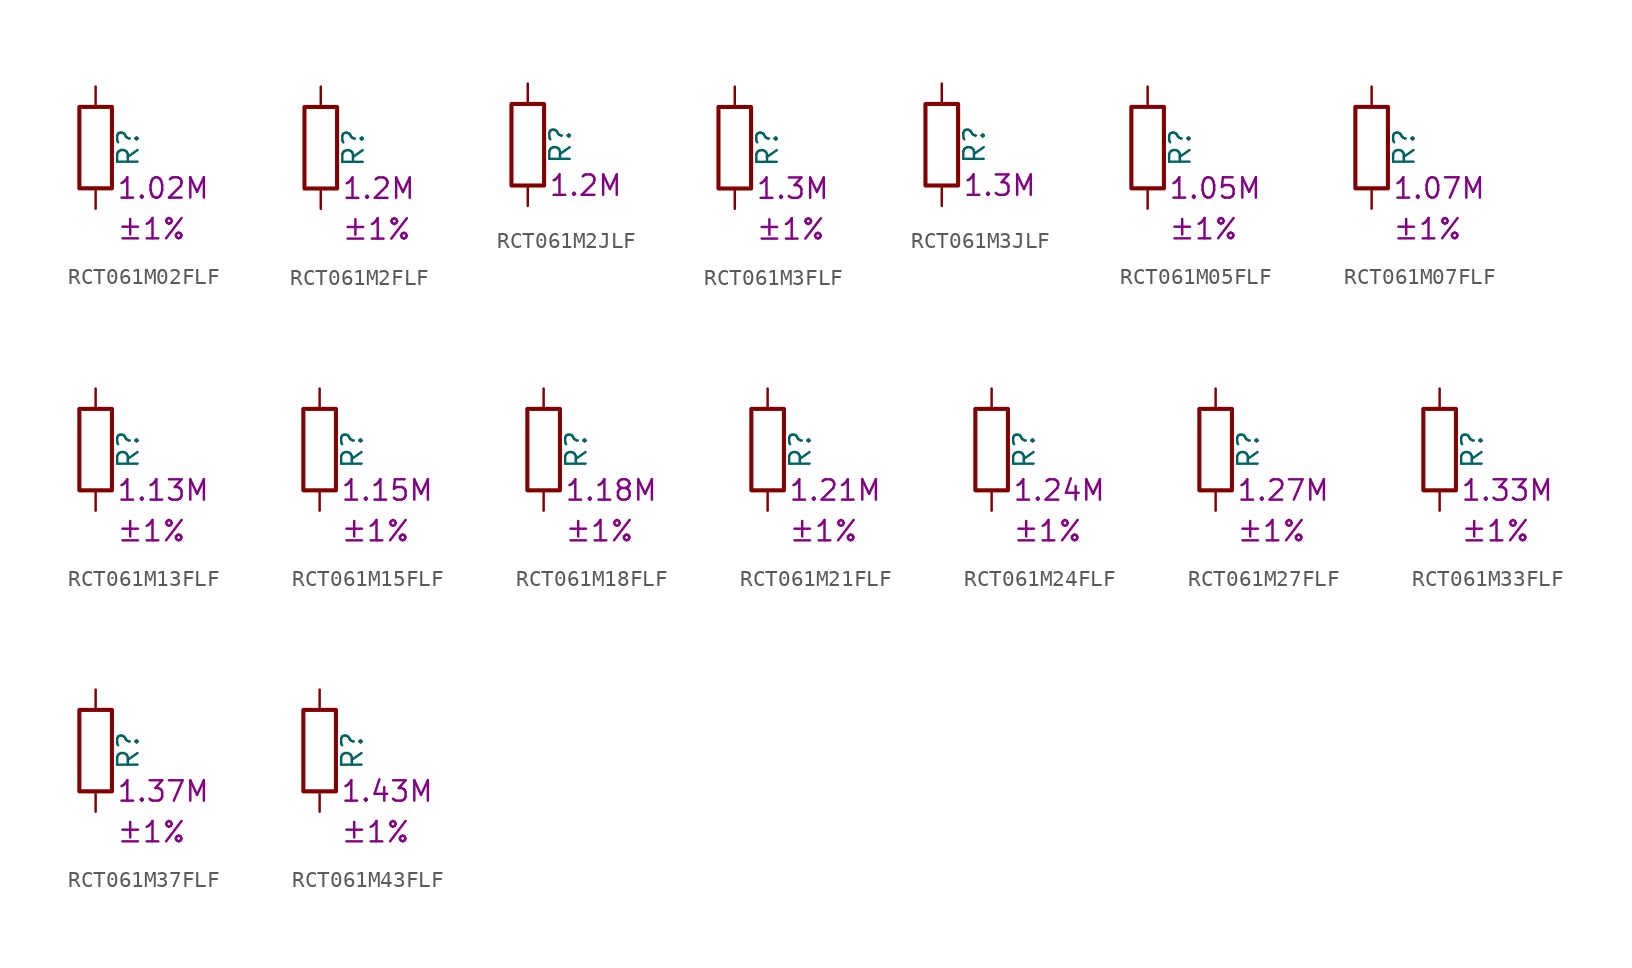
<source format=kicad_sym>
(kicad_symbol_lib
  (version 20220914)
  (generator kicad_symbol_editor)
  (symbol "RCT061M02FLF"
    (pin_numbers hide)
    (pin_names
      (offset 0))
    (property "Reference" "R"
      (at 2.032 0 90)
      (effects (font (size 1.27 1.27))))
    (property "Resistance" "1.02M"
      (at 1.27 -2.54 0)
      (effects (font (size 1.27 1.27)) (justify left)))
    (property "Tolerance" "±1%"
      (at 1.27 -5.08 0)
      (effects (font (size 1.27 1.27)) (justify left)))
    (symbol "RCT061M02FLF_0_1"
      (rectangle (start -1.016 -2.54) (end 1.016 2.54) (stroke (width 0.254) (type default)) (fill (type none))))
    (symbol "RCT061M02FLF_1_1"
      (pin passive line (at 0 3.81 270) (length 1.27) (name "~" (effects (font (size 1.27 1.27)))) (number "1" (effects (font (size 1.27 1.27)))))
      (pin passive line (at 0 -3.81 90) (length 1.27) (name "~" (effects (font (size 1.27 1.27)))) (number "2" (effects (font (size 1.27 1.27)))))))
  (symbol "RCT061M2FLF"
    (pin_numbers hide)
    (pin_names
      (offset 0))
    (property "Reference" "R"
      (at 2.032 0 90)
      (effects (font (size 1.27 1.27))))
    (property "Resistance" "1.2M"
      (at 1.27 -2.54 0)
      (effects (font (size 1.27 1.27)) (justify left)))
    (property "Tolerance" "±1%"
      (at 1.27 -5.08 0)
      (effects (font (size 1.27 1.27)) (justify left)))
    (symbol "RCT061M2FLF_0_1"
      (rectangle (start -1.016 -2.54) (end 1.016 2.54) (stroke (width 0.254) (type default)) (fill (type none))))
    (symbol "RCT061M2FLF_1_1"
      (pin passive line (at 0 3.81 270) (length 1.27) (name "~" (effects (font (size 1.27 1.27)))) (number "1" (effects (font (size 1.27 1.27)))))
      (pin passive line (at 0 -3.81 90) (length 1.27) (name "~" (effects (font (size 1.27 1.27)))) (number "2" (effects (font (size 1.27 1.27)))))))
  (symbol "RCT061M2JLF"
    (pin_numbers hide)
    (pin_names
      (offset 0))
    (property "Reference" "R"
      (at 2.032 0 90)
      (effects (font (size 1.27 1.27))))
    (property "Resistance" "1.2M"
      (at 1.27 -2.54 0)
      (effects (font (size 1.27 1.27)) (justify left)))
    (symbol "RCT061M2JLF_0_1"
      (rectangle (start -1.016 -2.54) (end 1.016 2.54) (stroke (width 0.254) (type default)) (fill (type none))))
    (symbol "RCT061M2JLF_1_1"
      (pin passive line (at 0 3.81 270) (length 1.27) (name "~" (effects (font (size 1.27 1.27)))) (number "1" (effects (font (size 1.27 1.27)))))
      (pin passive line (at 0 -3.81 90) (length 1.27) (name "~" (effects (font (size 1.27 1.27)))) (number "2" (effects (font (size 1.27 1.27)))))))
  (symbol "RCT061M3FLF"
    (pin_numbers hide)
    (pin_names
      (offset 0))
    (property "Reference" "R"
      (at 2.032 0 90)
      (effects (font (size 1.27 1.27))))
    (property "Resistance" "1.3M"
      (at 1.27 -2.54 0)
      (effects (font (size 1.27 1.27)) (justify left)))
    (property "Tolerance" "±1%"
      (at 1.27 -5.08 0)
      (effects (font (size 1.27 1.27)) (justify left)))
    (symbol "RCT061M3FLF_0_1"
      (rectangle (start -1.016 -2.54) (end 1.016 2.54) (stroke (width 0.254) (type default)) (fill (type none))))
    (symbol "RCT061M3FLF_1_1"
      (pin passive line (at 0 3.81 270) (length 1.27) (name "~" (effects (font (size 1.27 1.27)))) (number "1" (effects (font (size 1.27 1.27)))))
      (pin passive line (at 0 -3.81 90) (length 1.27) (name "~" (effects (font (size 1.27 1.27)))) (number "2" (effects (font (size 1.27 1.27)))))))
  (symbol "RCT061M3JLF"
    (pin_numbers hide)
    (pin_names
      (offset 0))
    (property "Reference" "R"
      (at 2.032 0 90)
      (effects (font (size 1.27 1.27))))
    (property "Resistance" "1.3M"
      (at 1.27 -2.54 0)
      (effects (font (size 1.27 1.27)) (justify left)))
    (symbol "RCT061M3JLF_0_1"
      (rectangle (start -1.016 -2.54) (end 1.016 2.54) (stroke (width 0.254) (type default)) (fill (type none))))
    (symbol "RCT061M3JLF_1_1"
      (pin passive line (at 0 3.81 270) (length 1.27) (name "~" (effects (font (size 1.27 1.27)))) (number "1" (effects (font (size 1.27 1.27)))))
      (pin passive line (at 0 -3.81 90) (length 1.27) (name "~" (effects (font (size 1.27 1.27)))) (number "2" (effects (font (size 1.27 1.27)))))))
  (symbol "RCT061M05FLF"
    (pin_numbers hide)
    (pin_names
      (offset 0))
    (property "Reference" "R"
      (at 2.032 0 90)
      (effects (font (size 1.27 1.27))))
    (property "Resistance" "1.05M"
      (at 1.27 -2.54 0)
      (effects (font (size 1.27 1.27)) (justify left)))
    (property "Tolerance" "±1%"
      (at 1.27 -5.08 0)
      (effects (font (size 1.27 1.27)) (justify left)))
    (symbol "RCT061M05FLF_0_1"
      (rectangle (start -1.016 -2.54) (end 1.016 2.54) (stroke (width 0.254) (type default)) (fill (type none))))
    (symbol "RCT061M05FLF_1_1"
      (pin passive line (at 0 3.81 270) (length 1.27) (name "~" (effects (font (size 1.27 1.27)))) (number "1" (effects (font (size 1.27 1.27)))))
      (pin passive line (at 0 -3.81 90) (length 1.27) (name "~" (effects (font (size 1.27 1.27)))) (number "2" (effects (font (size 1.27 1.27)))))))
  (symbol "RCT061M07FLF"
    (pin_numbers hide)
    (pin_names
      (offset 0))
    (property "Reference" "R"
      (at 2.032 0 90)
      (effects (font (size 1.27 1.27))))
    (property "Resistance" "1.07M"
      (at 1.27 -2.54 0)
      (effects (font (size 1.27 1.27)) (justify left)))
    (property "Tolerance" "±1%"
      (at 1.27 -5.08 0)
      (effects (font (size 1.27 1.27)) (justify left)))
    (symbol "RCT061M07FLF_0_1"
      (rectangle (start -1.016 -2.54) (end 1.016 2.54) (stroke (width 0.254) (type default)) (fill (type none))))
    (symbol "RCT061M07FLF_1_1"
      (pin passive line (at 0 3.81 270) (length 1.27) (name "~" (effects (font (size 1.27 1.27)))) (number "1" (effects (font (size 1.27 1.27)))))
      (pin passive line (at 0 -3.81 90) (length 1.27) (name "~" (effects (font (size 1.27 1.27)))) (number "2" (effects (font (size 1.27 1.27)))))))
  (symbol "RCT061M13FLF"
    (pin_numbers hide)
    (pin_names
      (offset 0))
    (property "Reference" "R"
      (at 2.032 0 90)
      (effects (font (size 1.27 1.27))))
    (property "Resistance" "1.13M"
      (at 1.27 -2.54 0)
      (effects (font (size 1.27 1.27)) (justify left)))
    (property "Tolerance" "±1%"
      (at 1.27 -5.08 0)
      (effects (font (size 1.27 1.27)) (justify left)))
    (symbol "RCT061M13FLF_0_1"
      (rectangle (start -1.016 -2.54) (end 1.016 2.54) (stroke (width 0.254) (type default)) (fill (type none))))
    (symbol "RCT061M13FLF_1_1"
      (pin passive line (at 0 3.81 270) (length 1.27) (name "~" (effects (font (size 1.27 1.27)))) (number "1" (effects (font (size 1.27 1.27)))))
      (pin passive line (at 0 -3.81 90) (length 1.27) (name "~" (effects (font (size 1.27 1.27)))) (number "2" (effects (font (size 1.27 1.27)))))))
  (symbol "RCT061M15FLF"
    (pin_numbers hide)
    (pin_names
      (offset 0))
    (property "Reference" "R"
      (at 2.032 0 90)
      (effects (font (size 1.27 1.27))))
    (property "Resistance" "1.15M"
      (at 1.27 -2.54 0)
      (effects (font (size 1.27 1.27)) (justify left)))
    (property "Tolerance" "±1%"
      (at 1.27 -5.08 0)
      (effects (font (size 1.27 1.27)) (justify left)))
    (symbol "RCT061M15FLF_0_1"
      (rectangle (start -1.016 -2.54) (end 1.016 2.54) (stroke (width 0.254) (type default)) (fill (type none))))
    (symbol "RCT061M15FLF_1_1"
      (pin passive line (at 0 3.81 270) (length 1.27) (name "~" (effects (font (size 1.27 1.27)))) (number "1" (effects (font (size 1.27 1.27)))))
      (pin passive line (at 0 -3.81 90) (length 1.27) (name "~" (effects (font (size 1.27 1.27)))) (number "2" (effects (font (size 1.27 1.27)))))))
  (symbol "RCT061M18FLF"
    (pin_numbers hide)
    (pin_names
      (offset 0))
    (property "Reference" "R"
      (at 2.032 0 90)
      (effects (font (size 1.27 1.27))))
    (property "Resistance" "1.18M"
      (at 1.27 -2.54 0)
      (effects (font (size 1.27 1.27)) (justify left)))
    (property "Tolerance" "±1%"
      (at 1.27 -5.08 0)
      (effects (font (size 1.27 1.27)) (justify left)))
    (symbol "RCT061M18FLF_0_1"
      (rectangle (start -1.016 -2.54) (end 1.016 2.54) (stroke (width 0.254) (type default)) (fill (type none))))
    (symbol "RCT061M18FLF_1_1"
      (pin passive line (at 0 3.81 270) (length 1.27) (name "~" (effects (font (size 1.27 1.27)))) (number "1" (effects (font (size 1.27 1.27)))))
      (pin passive line (at 0 -3.81 90) (length 1.27) (name "~" (effects (font (size 1.27 1.27)))) (number "2" (effects (font (size 1.27 1.27)))))))
  (symbol "RCT061M21FLF"
    (pin_numbers hide)
    (pin_names
      (offset 0))
    (property "Reference" "R"
      (at 2.032 0 90)
      (effects (font (size 1.27 1.27))))
    (property "Resistance" "1.21M"
      (at 1.27 -2.54 0)
      (effects (font (size 1.27 1.27)) (justify left)))
    (property "Tolerance" "±1%"
      (at 1.27 -5.08 0)
      (effects (font (size 1.27 1.27)) (justify left)))
    (symbol "RCT061M21FLF_0_1"
      (rectangle (start -1.016 -2.54) (end 1.016 2.54) (stroke (width 0.254) (type default)) (fill (type none))))
    (symbol "RCT061M21FLF_1_1"
      (pin passive line (at 0 3.81 270) (length 1.27) (name "~" (effects (font (size 1.27 1.27)))) (number "1" (effects (font (size 1.27 1.27)))))
      (pin passive line (at 0 -3.81 90) (length 1.27) (name "~" (effects (font (size 1.27 1.27)))) (number "2" (effects (font (size 1.27 1.27)))))))
  (symbol "RCT061M24FLF"
    (pin_numbers hide)
    (pin_names
      (offset 0))
    (property "Reference" "R"
      (at 2.032 0 90)
      (effects (font (size 1.27 1.27))))
    (property "Resistance" "1.24M"
      (at 1.27 -2.54 0)
      (effects (font (size 1.27 1.27)) (justify left)))
    (property "Tolerance" "±1%"
      (at 1.27 -5.08 0)
      (effects (font (size 1.27 1.27)) (justify left)))
    (symbol "RCT061M24FLF_0_1"
      (rectangle (start -1.016 -2.54) (end 1.016 2.54) (stroke (width 0.254) (type default)) (fill (type none))))
    (symbol "RCT061M24FLF_1_1"
      (pin passive line (at 0 3.81 270) (length 1.27) (name "~" (effects (font (size 1.27 1.27)))) (number "1" (effects (font (size 1.27 1.27)))))
      (pin passive line (at 0 -3.81 90) (length 1.27) (name "~" (effects (font (size 1.27 1.27)))) (number "2" (effects (font (size 1.27 1.27)))))))
  (symbol "RCT061M27FLF"
    (pin_numbers hide)
    (pin_names
      (offset 0))
    (property "Reference" "R"
      (at 2.032 0 90)
      (effects (font (size 1.27 1.27))))
    (property "Resistance" "1.27M"
      (at 1.27 -2.54 0)
      (effects (font (size 1.27 1.27)) (justify left)))
    (property "Tolerance" "±1%"
      (at 1.27 -5.08 0)
      (effects (font (size 1.27 1.27)) (justify left)))
    (symbol "RCT061M27FLF_0_1"
      (rectangle (start -1.016 -2.54) (end 1.016 2.54) (stroke (width 0.254) (type default)) (fill (type none))))
    (symbol "RCT061M27FLF_1_1"
      (pin passive line (at 0 3.81 270) (length 1.27) (name "~" (effects (font (size 1.27 1.27)))) (number "1" (effects (font (size 1.27 1.27)))))
      (pin passive line (at 0 -3.81 90) (length 1.27) (name "~" (effects (font (size 1.27 1.27)))) (number "2" (effects (font (size 1.27 1.27)))))))
  (symbol "RCT061M33FLF"
    (pin_numbers hide)
    (pin_names
      (offset 0))
    (property "Reference" "R"
      (at 2.032 0 90)
      (effects (font (size 1.27 1.27))))
    (property "Resistance" "1.33M"
      (at 1.27 -2.54 0)
      (effects (font (size 1.27 1.27)) (justify left)))
    (property "Tolerance" "±1%"
      (at 1.27 -5.08 0)
      (effects (font (size 1.27 1.27)) (justify left)))
    (symbol "RCT061M33FLF_0_1"
      (rectangle (start -1.016 -2.54) (end 1.016 2.54) (stroke (width 0.254) (type default)) (fill (type none))))
    (symbol "RCT061M33FLF_1_1"
      (pin passive line (at 0 3.81 270) (length 1.27) (name "~" (effects (font (size 1.27 1.27)))) (number "1" (effects (font (size 1.27 1.27)))))
      (pin passive line (at 0 -3.81 90) (length 1.27) (name "~" (effects (font (size 1.27 1.27)))) (number "2" (effects (font (size 1.27 1.27)))))))
  (symbol "RCT061M37FLF"
    (pin_numbers hide)
    (pin_names
      (offset 0))
    (property "Reference" "R"
      (at 2.032 0 90)
      (effects (font (size 1.27 1.27))))
    (property "Resistance" "1.37M"
      (at 1.27 -2.54 0)
      (effects (font (size 1.27 1.27)) (justify left)))
    (property "Tolerance" "±1%"
      (at 1.27 -5.08 0)
      (effects (font (size 1.27 1.27)) (justify left)))
    (symbol "RCT061M37FLF_0_1"
      (rectangle (start -1.016 -2.54) (end 1.016 2.54) (stroke (width 0.254) (type default)) (fill (type none))))
    (symbol "RCT061M37FLF_1_1"
      (pin passive line (at 0 3.81 270) (length 1.27) (name "~" (effects (font (size 1.27 1.27)))) (number "1" (effects (font (size 1.27 1.27)))))
      (pin passive line (at 0 -3.81 90) (length 1.27) (name "~" (effects (font (size 1.27 1.27)))) (number "2" (effects (font (size 1.27 1.27)))))))
  (symbol "RCT061M43FLF"
    (pin_numbers hide)
    (pin_names
      (offset 0))
    (property "Reference" "R"
      (at 2.032 0 90)
      (effects (font (size 1.27 1.27))))
    (property "Resistance" "1.43M"
      (at 1.27 -2.54 0)
      (effects (font (size 1.27 1.27)) (justify left)))
    (property "Tolerance" "±1%"
      (at 1.27 -5.08 0)
      (effects (font (size 1.27 1.27)) (justify left)))
    (symbol "RCT061M43FLF_0_1"
      (rectangle (start -1.016 -2.54) (end 1.016 2.54) (stroke (width 0.254) (type default)) (fill (type none))))
    (symbol "RCT061M43FLF_1_1"
      (pin passive line (at 0 3.81 270) (length 1.27) (name "~" (effects (font (size 1.27 1.27)))) (number "1" (effects (font (size 1.27 1.27)))))
      (pin passive line (at 0 -3.81 90) (length 1.27) (name "~" (effects (font (size 1.27 1.27)))) (number "2" (effects (font (size 1.27 1.27))))))))
</source>
